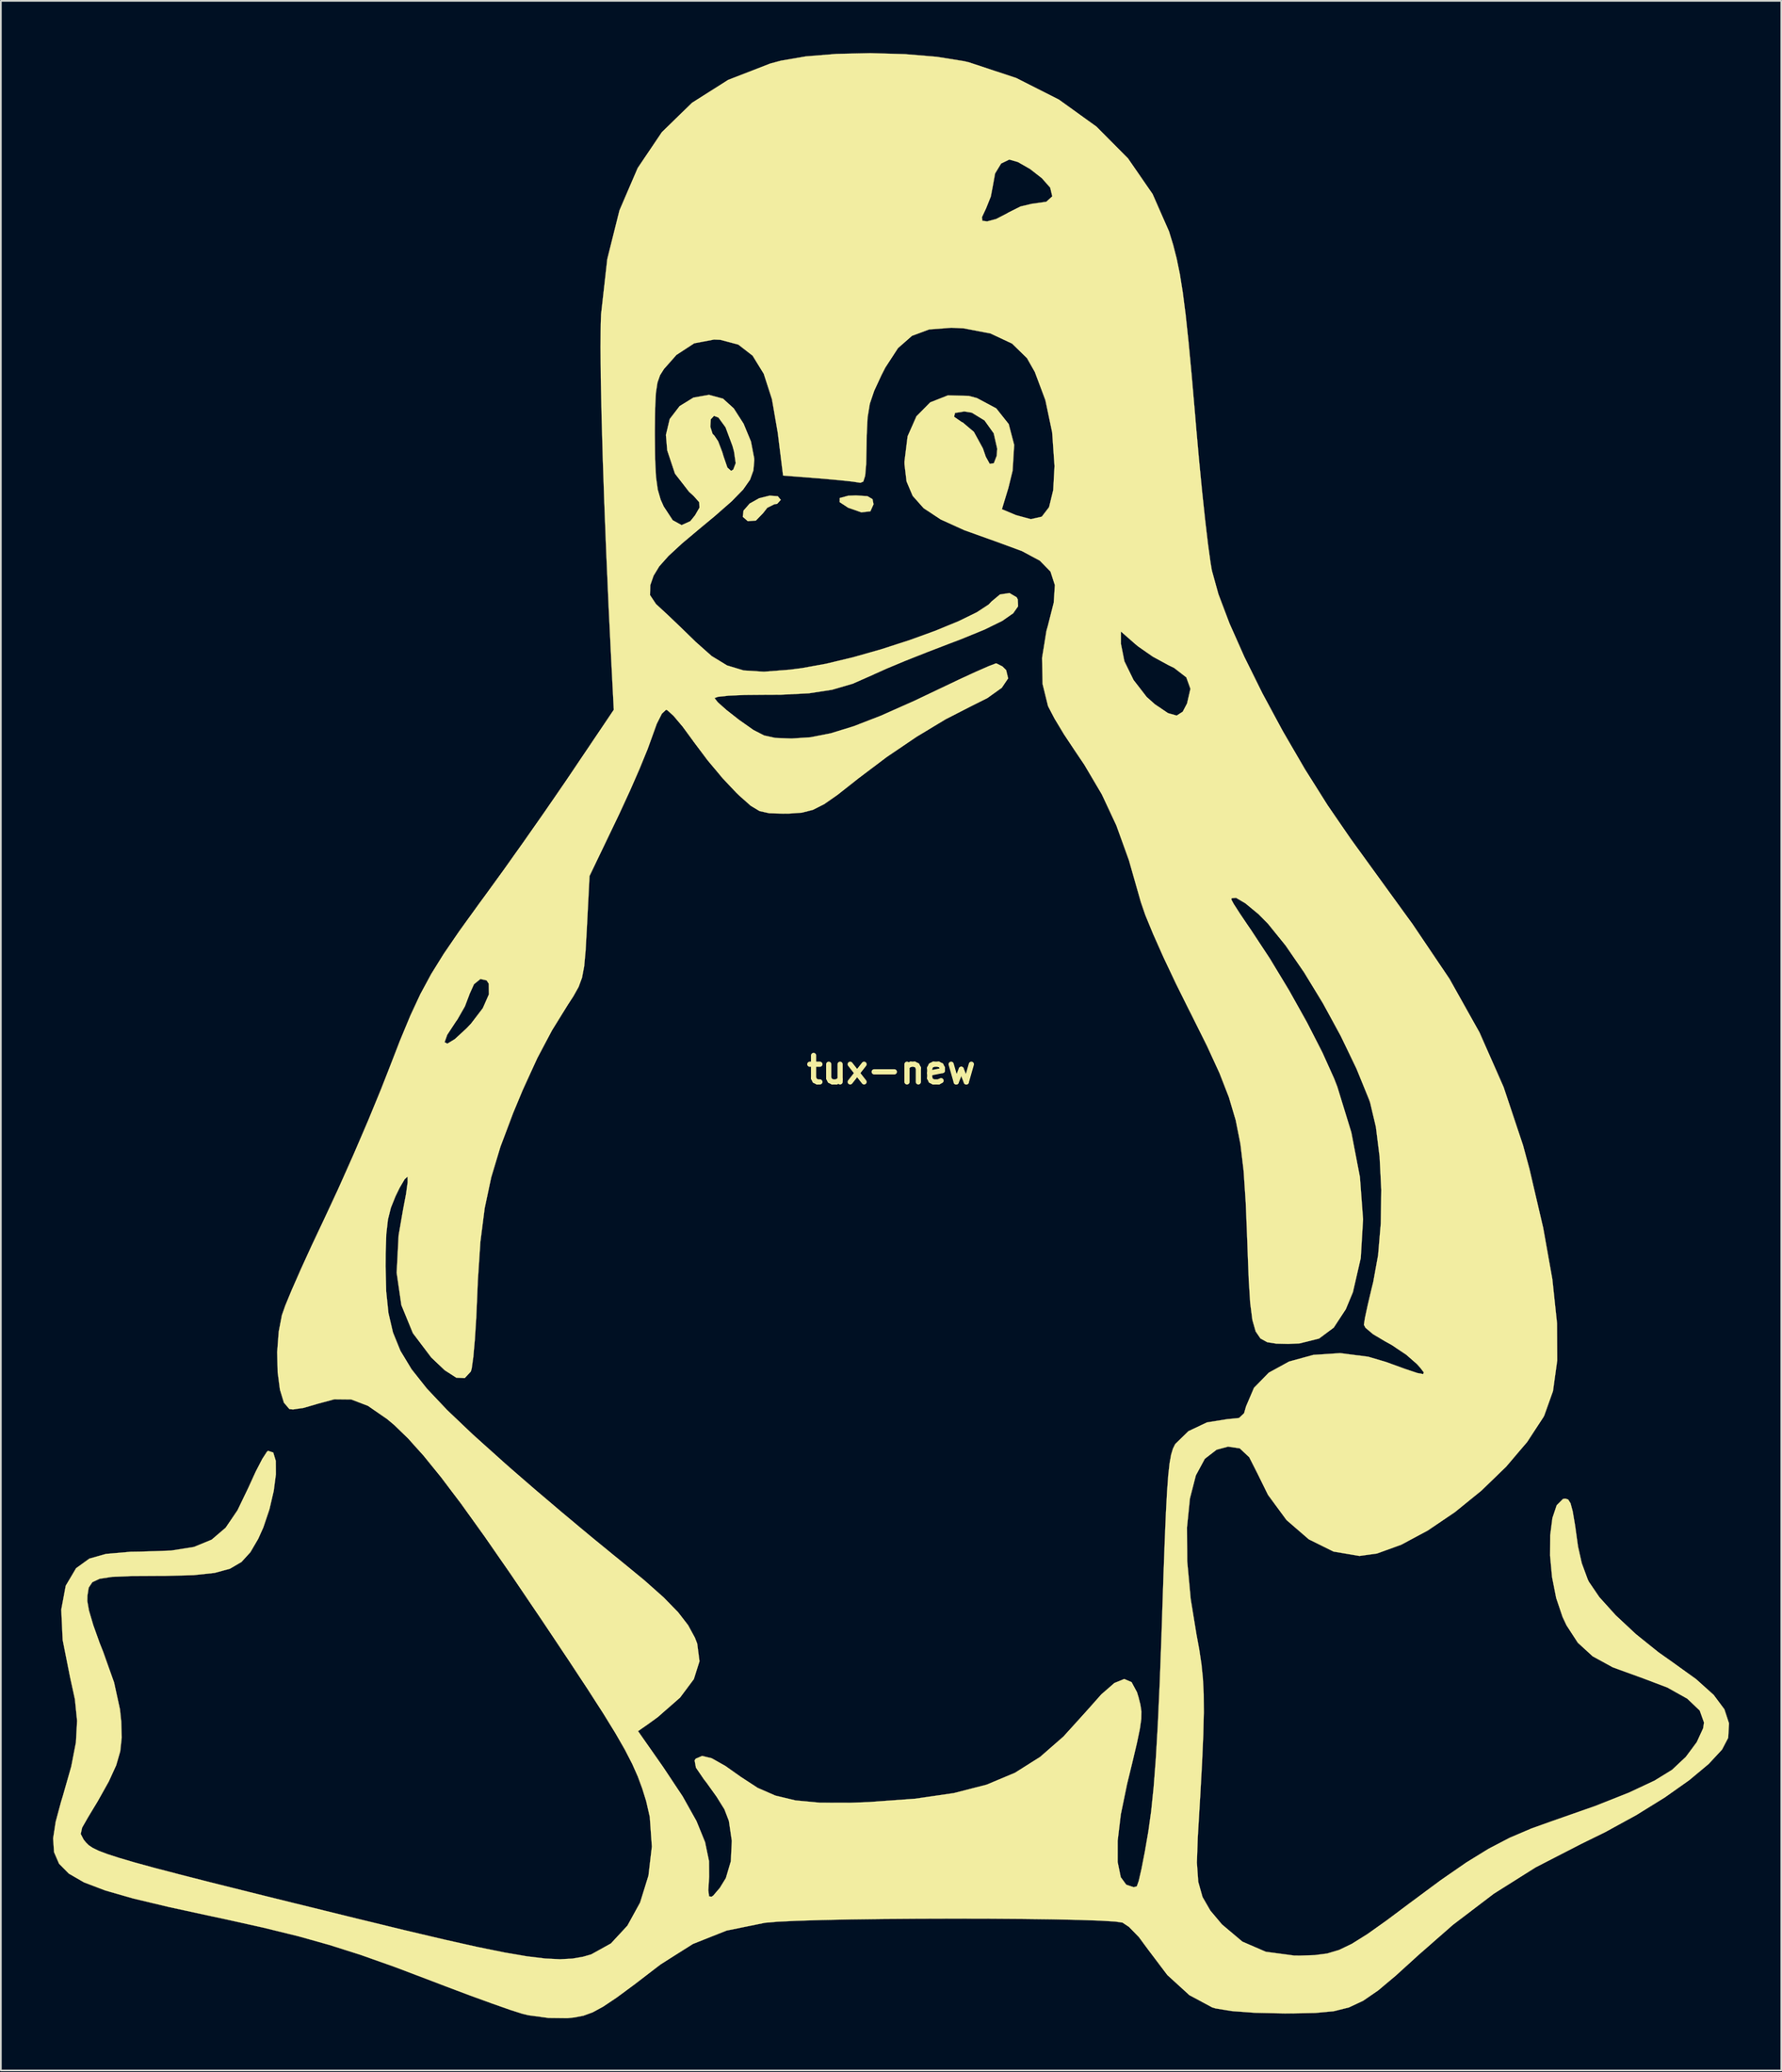
<source format=kicad_pcb>
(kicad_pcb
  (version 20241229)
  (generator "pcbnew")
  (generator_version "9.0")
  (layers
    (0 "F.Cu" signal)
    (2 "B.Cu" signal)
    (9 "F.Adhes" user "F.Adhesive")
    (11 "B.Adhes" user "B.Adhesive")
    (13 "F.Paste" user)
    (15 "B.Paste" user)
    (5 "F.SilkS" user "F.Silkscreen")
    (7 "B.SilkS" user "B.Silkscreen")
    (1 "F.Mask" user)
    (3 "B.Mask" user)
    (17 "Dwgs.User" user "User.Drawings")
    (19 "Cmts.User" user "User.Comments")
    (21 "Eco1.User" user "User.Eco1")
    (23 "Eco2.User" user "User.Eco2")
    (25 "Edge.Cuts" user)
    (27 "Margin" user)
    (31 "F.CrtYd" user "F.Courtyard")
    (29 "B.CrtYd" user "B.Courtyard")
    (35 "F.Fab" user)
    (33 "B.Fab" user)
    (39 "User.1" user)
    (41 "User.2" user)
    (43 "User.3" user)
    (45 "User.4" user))
  (footprint "tux-new"
    (layer "F.Cu")
    (at 48.194 58.445)
    (property "Reference" "tux-new" (at 0 0 0) (layer "F.SilkS") (effects (font (size 1.524 1.524) (thickness 0.3))))
    (attr through_hole)
    (fp_poly (pts (xy -1.367 -32.977) (xy -1.074 -32.805) (xy -1.016 -32.512) (xy -1.197 -32.106) (xy -1.715 -32.047) (xy -2.477 -32.314) (xy -2.963 -32.634) (xy -2.959 -32.87) (xy -2.478 -33.001) (xy -2.032 -33.02) (xy -1.367 -32.977)) (stroke (width 0.01) (type solid)) (fill yes) (layer "F.SilkS"))
    (fp_poly (pts (xy -6.523 -32.975) (xy -6.35 -32.766) (xy -6.555 -32.539) (xy -6.722 -32.512) (xy -7.126 -32.31) (xy -7.366 -32.004) (xy -7.779 -31.576) (xy -8.248 -31.542) (xy -8.534 -31.791) (xy -8.492 -32.148) (xy -8.14 -32.553) (xy -7.59 -32.86) (xy -6.994 -33.007) (xy -6.523 -32.975)) (stroke (width 0.01) (type solid)) (fill yes) (layer "F.SilkS"))
    (fp_poly (pts (xy 0.776 -58.384) (xy 2.621 -58.231) (xy 4.179 -57.981) (xy 4.468 -57.913) (xy 7.185 -57.014) (xy 9.645 -55.769) (xy 11.803 -54.216) (xy 13.613 -52.395) (xy 15.028 -50.345) (xy 15.972 -48.201) (xy 16.21 -47.426) (xy 16.415 -46.628) (xy 16.597 -45.74) (xy 16.764 -44.694) (xy 16.927 -43.425) (xy 17.093 -41.865) (xy 17.274 -39.948) (xy 17.477 -37.608) (xy 17.531 -36.957) (xy 17.697 -35.088) (xy 17.873 -33.274) (xy 18.05 -31.614) (xy 18.217 -30.204) (xy 18.364 -29.143) (xy 18.439 -28.702) (xy 18.815 -27.343) (xy 19.454 -25.659) (xy 20.312 -23.73) (xy 21.348 -21.639) (xy 22.519 -19.468) (xy 23.783 -17.296) (xy 25.099 -15.206) (xy 26.423 -13.28) (xy 26.44 -13.257) (xy 27.385 -11.953) (xy 28.455 -10.478) (xy 29.484 -9.06) (xy 29.977 -8.382) (xy 32.102 -5.233) (xy 33.826 -2.155) (xy 35.214 0.989) (xy 36.33 4.332) (xy 36.701 5.704) (xy 37.487 9.072) (xy 38.014 12.019) (xy 38.283 14.556) (xy 38.295 16.7) (xy 38.051 18.463) (xy 37.551 19.86) (xy 37.499 19.959) (xy 36.566 21.385) (xy 35.351 22.812) (xy 33.937 24.179) (xy 32.405 25.422) (xy 30.838 26.481) (xy 29.318 27.293) (xy 27.928 27.796) (xy 26.924 27.934) (xy 25.428 27.682) (xy 24.008 26.977) (xy 22.73 25.872) (xy 21.663 24.422) (xy 21.079 23.234) (xy 20.586 22.262) (xy 20.042 21.75) (xy 19.369 21.651) (xy 18.711 21.828) (xy 18.032 22.35) (xy 17.518 23.302) (xy 17.174 24.635) (xy 17.006 26.298) (xy 17.019 28.238) (xy 17.22 30.406) (xy 17.551 32.436) (xy 17.714 33.323) (xy 17.837 34.145) (xy 17.922 34.974) (xy 17.967 35.881) (xy 17.974 36.938) (xy 17.943 38.215) (xy 17.875 39.785) (xy 17.769 41.718) (xy 17.628 44.086) (xy 17.627 44.091) (xy 17.576 45.559) (xy 17.654 46.663) (xy 17.9 47.538) (xy 18.351 48.318) (xy 19.015 49.109) (xy 20.19 50.1) (xy 21.538 50.684) (xy 23.162 50.901) (xy 23.495 50.905) (xy 24.34 50.879) (xy 25.063 50.785) (xy 25.751 50.58) (xy 26.492 50.224) (xy 27.371 49.674) (xy 28.476 48.89) (xy 29.845 47.866) (xy 31.589 46.574) (xy 33.055 45.56) (xy 34.345 44.765) (xy 35.562 44.131) (xy 36.806 43.6) (xy 38.067 43.149) (xy 40.468 42.309) (xy 42.417 41.537) (xy 43.897 40.842) (xy 44.893 40.229) (xy 44.898 40.225) (xy 45.687 39.485) (xy 46.318 38.638) (xy 46.684 37.84) (xy 46.735 37.509) (xy 46.489 36.82) (xy 45.773 36.139) (xy 44.625 35.495) (xy 43.083 34.913) (xy 43.054 34.904) (xy 41.49 34.336) (xy 40.333 33.702) (xy 39.479 32.922) (xy 38.827 31.918) (xy 38.6 31.434) (xy 38.236 30.354) (xy 37.998 29.146) (xy 37.884 27.911) (xy 37.892 26.745) (xy 38.02 25.749) (xy 38.264 25.021) (xy 38.624 24.66) (xy 38.754 24.638) (xy 38.925 24.691) (xy 39.061 24.906) (xy 39.185 25.37) (xy 39.32 26.167) (xy 39.489 27.383) (xy 39.49 27.392) (xy 39.707 28.35) (xy 40.052 29.287) (xy 40.119 29.424) (xy 40.721 30.306) (xy 41.656 31.341) (xy 42.82 32.427) (xy 44.106 33.461) (xy 44.831 33.973) (xy 46.277 35.011) (xy 47.289 35.919) (xy 47.908 36.749) (xy 48.173 37.555) (xy 48.126 38.387) (xy 47.772 39.062) (xy 47.008 39.886) (xy 45.894 40.816) (xy 44.49 41.809) (xy 42.855 42.822) (xy 41.049 43.811) (xy 39.673 44.486) (xy 37.058 45.831) (xy 34.65 47.347) (xy 32.298 49.136) (xy 30.304 50.883) (xy 29.025 52.045) (xy 28.007 52.901) (xy 27.14 53.498) (xy 26.319 53.883) (xy 25.437 54.102) (xy 24.386 54.2) (xy 23.059 54.226) (xy 22.606 54.227) (xy 20.927 54.192) (xy 19.582 54.093) (xy 18.646 53.939) (xy 18.457 53.882) (xy 17.143 53.177) (xy 15.878 52.023) (xy 14.8 50.597) (xy 14.241 49.84) (xy 13.671 49.254) (xy 13.303 49.01) (xy 12.885 48.948) (xy 12.029 48.896) (xy 10.803 48.854) (xy 9.277 48.821) (xy 7.52 48.798) (xy 5.601 48.784) (xy 3.589 48.78) (xy 1.554 48.786) (xy -0.436 48.801) (xy -2.31 48.826) (xy -4 48.86) (xy -5.437 48.904) (xy -6.551 48.957) (xy -7.26 49.018) (xy -9.465 49.466) (xy -11.401 50.235) (xy -13.24 51.397) (xy -13.462 51.565) (xy -14.784 52.579) (xy -15.79 53.32) (xy -16.557 53.834) (xy -17.166 54.165) (xy -17.696 54.359) (xy -18.225 54.461) (xy -18.616 54.501) (xy -19.703 54.489) (xy -20.851 54.334) (xy -21.209 54.248) (xy -21.882 54.033) (xy -22.915 53.672) (xy -24.192 53.207) (xy -25.602 52.678) (xy -26.456 52.35) (xy -28.617 51.532) (xy -30.516 50.861) (xy -32.299 50.294) (xy -34.112 49.787) (xy -36.1 49.299) (xy -38.409 48.786) (xy -39.041 48.652) (xy -41.54 48.11) (xy -43.577 47.624) (xy -45.188 47.163) (xy -46.412 46.696) (xy -47.286 46.193) (xy -47.848 45.624) (xy -48.137 44.958) (xy -48.189 44.165) (xy -48.043 43.214) (xy -47.736 42.075) (xy -47.631 41.731) (xy -47.148 40.038) (xy -46.878 38.649) (xy -46.811 37.41) (xy -46.937 36.169) (xy -47.219 34.883) (xy -47.639 32.768) (xy -47.721 31.02) (xy -47.464 29.643) (xy -46.869 28.639) (xy -46.106 28.087) (xy -45.151 27.818) (xy -43.729 27.694) (xy -43.142 27.685) (xy -41.413 27.626) (xy -40.089 27.416) (xy -39.073 26.997) (xy -38.27 26.312) (xy -37.586 25.306) (xy -36.961 24.006) (xy -36.538 23.082) (xy -36.163 22.357) (xy -35.895 21.944) (xy -35.831 21.892) (xy -35.532 21.99) (xy -35.386 22.472) (xy -35.38 23.242) (xy -35.505 24.2) (xy -35.75 25.252) (xy -36.104 26.298) (xy -36.397 26.951) (xy -36.847 27.719) (xy -37.36 28.281) (xy -38.019 28.667) (xy -38.909 28.909) (xy -40.114 29.037) (xy -41.718 29.081) (xy -42.236 29.083) (xy -43.738 29.092) (xy -44.806 29.137) (xy -45.513 29.245) (xy -45.935 29.443) (xy -46.145 29.757) (xy -46.217 30.214) (xy -46.224 30.529) (xy -46.131 31.062) (xy -45.879 31.914) (xy -45.513 32.939) (xy -45.31 33.45) (xy -44.685 35.202) (xy -44.346 36.753) (xy -44.272 37.465) (xy -44.246 38.367) (xy -44.331 39.164) (xy -44.564 39.968) (xy -44.985 40.892) (xy -45.634 42.049) (xy -46.182 42.955) (xy -46.523 43.551) (xy -46.602 43.914) (xy -46.434 44.239) (xy -46.296 44.408) (xy -46.143 44.559) (xy -45.915 44.711) (xy -45.576 44.876) (xy -45.088 45.063) (xy -44.413 45.282) (xy -43.514 45.546) (xy -42.352 45.864) (xy -40.891 46.246) (xy -39.093 46.704) (xy -36.919 47.248) (xy -34.333 47.888) (xy -31.297 48.635) (xy -30.773 48.764) (xy -28.023 49.433) (xy -25.714 49.978) (xy -23.796 50.407) (xy -22.219 50.727) (xy -20.934 50.947) (xy -19.891 51.073) (xy -19.04 51.114) (xy -18.331 51.077) (xy -17.714 50.969) (xy -17.25 50.836) (xy -16.115 50.205) (xy -15.167 49.181) (xy -14.437 47.851) (xy -13.958 46.307) (xy -13.762 44.637) (xy -13.882 42.932) (xy -14.088 42.03) (xy -14.313 41.307) (xy -14.571 40.61) (xy -14.894 39.883) (xy -15.313 39.07) (xy -15.86 38.118) (xy -16.567 36.971) (xy -17.466 35.574) (xy -18.587 33.873) (xy -19.963 31.812) (xy -20.066 31.659) (xy -21.845 29.03) (xy -23.39 26.802) (xy -24.729 24.937) (xy -25.89 23.402) (xy -26.9 22.159) (xy -27.787 21.173) (xy -28.578 20.408) (xy -28.988 20.065) (xy -30.088 19.307) (xy -31.05 18.939) (xy -32.017 18.929) (xy -32.998 19.194) (xy -33.776 19.422) (xy -34.397 19.514) (xy -34.604 19.492) (xy -34.919 19.125) (xy -35.148 18.376) (xy -35.28 17.366) (xy -35.307 16.216) (xy -35.218 15.046) (xy -35.036 14.097) (xy -34.843 13.549) (xy -34.466 12.637) (xy -33.945 11.453) (xy -33.876 11.303) (xy -29.073 11.303) (xy -29.038 12.729) (xy -28.909 13.971) (xy -28.649 15.09) (xy -28.218 16.146) (xy -27.581 17.201) (xy -26.7 18.313) (xy -25.536 19.545) (xy -24.052 20.957) (xy -22.211 22.608) (xy -21.851 22.926) (xy -20.473 24.119) (xy -18.923 25.435) (xy -17.371 26.731) (xy -15.987 27.864) (xy -15.708 28.089) (xy -14.213 29.315) (xy -13.081 30.32) (xy -12.256 31.166) (xy -11.677 31.915) (xy -11.289 32.628) (xy -11.155 32.972) (xy -11.024 33.987) (xy -11.348 35.015) (xy -12.142 36.077) (xy -13.419 37.195) (xy -13.987 37.607) (xy -14.557 38.004) (xy -13.12 40.055) (xy -11.993 41.751) (xy -11.198 43.169) (xy -10.702 44.385) (xy -10.475 45.477) (xy -10.469 46.374) (xy -10.515 47.147) (xy -10.473 47.5) (xy -10.325 47.519) (xy -10.227 47.448) (xy -9.855 47.013) (xy -9.508 46.45) (xy -9.222 45.485) (xy -9.165 44.31) (xy -9.333 43.166) (xy -9.589 42.498) (xy -10.042 41.772) (xy -10.617 40.968) (xy -10.771 40.772) (xy -11.228 40.102) (xy -11.304 39.686) (xy -11.241 39.587) (xy -10.873 39.428) (xy -10.323 39.561) (xy -9.527 40.009) (xy -8.646 40.633) (xy -7.678 41.263) (xy -6.663 41.707) (xy -5.502 41.985) (xy -4.093 42.116) (xy -2.338 42.12) (xy -1.27 42.079) (xy 1.376 41.887) (xy 3.604 41.564) (xy 5.49 41.078) (xy 7.116 40.396) (xy 8.56 39.486) (xy 9.902 38.315) (xy 11.12 36.971) (xy 12.084 35.888) (xy 12.831 35.237) (xy 13.399 35.006) (xy 13.821 35.187) (xy 14.133 35.768) (xy 14.221 36.058) (xy 14.328 36.483) (xy 14.385 36.866) (xy 14.379 37.299) (xy 14.297 37.874) (xy 14.129 38.684) (xy 13.861 39.819) (xy 13.559 41.059) (xy 13.201 42.792) (xy 13.021 44.302) (xy 13.02 45.525) (xy 13.198 46.397) (xy 13.513 46.828) (xy 13.943 46.974) (xy 14.123 46.922) (xy 14.231 46.615) (xy 14.393 45.911) (xy 14.587 44.915) (xy 14.787 43.756) (xy 14.946 42.619) (xy 15.088 41.243) (xy 15.216 39.579) (xy 15.332 37.573) (xy 15.442 35.176) (xy 15.547 32.336) (xy 15.575 31.484) (xy 15.656 29.034) (xy 15.729 27.041) (xy 15.796 25.452) (xy 15.862 24.217) (xy 15.931 23.283) (xy 16.007 22.599) (xy 16.094 22.114) (xy 16.195 21.775) (xy 16.315 21.532) (xy 16.339 21.493) (xy 17.091 20.761) (xy 18.156 20.258) (xy 19.36 20.066) (xy 19.391 20.066) (xy 20 20.004) (xy 20.29 19.731) (xy 20.402 19.339) (xy 20.859 18.268) (xy 21.711 17.4) (xy 22.875 16.761) (xy 24.271 16.379) (xy 25.816 16.277) (xy 27.429 16.484) (xy 28.448 16.784) (xy 29.557 17.187) (xy 30.249 17.419) (xy 30.585 17.483) (xy 30.624 17.385) (xy 30.427 17.127) (xy 30.226 16.903) (xy 29.613 16.369) (xy 28.786 15.814) (xy 28.384 15.592) (xy 27.708 15.19) (xy 27.27 14.821) (xy 27.178 14.649) (xy 27.237 14.264) (xy 27.396 13.525) (xy 27.623 12.567) (xy 27.714 12.202) (xy 27.996 10.645) (xy 28.15 8.827) (xy 28.178 6.894) (xy 28.083 4.995) (xy 27.869 3.275) (xy 27.539 1.883) (xy 27.483 1.721) (xy 26.756 -0.064) (xy 25.85 -1.947) (xy 24.827 -3.824) (xy 23.748 -5.594) (xy 22.675 -7.153) (xy 21.668 -8.397) (xy 21.113 -8.959) (xy 20.361 -9.578) (xy 19.83 -9.89) (xy 19.573 -9.868) (xy 19.558 -9.791) (xy 19.692 -9.543) (xy 20.049 -8.989) (xy 20.555 -8.24) (xy 20.668 -8.077) (xy 21.774 -6.398) (xy 22.877 -4.575) (xy 23.907 -2.733) (xy 24.795 -0.998) (xy 25.471 0.504) (xy 25.655 0.978) (xy 26.457 3.592) (xy 26.95 6.153) (xy 27.131 8.586) (xy 26.998 10.817) (xy 26.548 12.772) (xy 26.138 13.755) (xy 25.446 14.81) (xy 24.599 15.441) (xy 23.48 15.719) (xy 22.832 15.748) (xy 22.145 15.733) (xy 21.619 15.649) (xy 21.23 15.434) (xy 20.954 15.027) (xy 20.766 14.369) (xy 20.642 13.398) (xy 20.557 12.053) (xy 20.489 10.274) (xy 20.474 9.836) (xy 20.385 7.622) (xy 20.264 5.803) (xy 20.081 4.263) (xy 19.808 2.89) (xy 19.416 1.569) (xy 18.876 0.185) (xy 18.16 -1.374) (xy 17.238 -3.223) (xy 17.112 -3.469) (xy 16.358 -4.987) (xy 15.659 -6.466) (xy 15.062 -7.805) (xy 14.61 -8.903) (xy 14.35 -9.659) (xy 14.341 -9.692) (xy 13.667 -12.056) (xy 12.943 -14.058) (xy 12.108 -15.841) (xy 11.097 -17.552) (xy 10.545 -18.369) (xy 9.931 -19.295) (xy 9.391 -20.191) (xy 9.034 -20.876) (xy 9.014 -20.923) (xy 8.703 -22.184) (xy 8.674 -23.683) (xy 8.805 -24.491) (xy 13.208 -24.491) (xy 13.407 -23.49) (xy 13.935 -22.411) (xy 14.687 -21.44) (xy 15.159 -21.018) (xy 15.913 -20.509) (xy 16.414 -20.366) (xy 16.762 -20.59) (xy 17.01 -21.063) (xy 17.204 -21.906) (xy 16.968 -22.563) (xy 16.269 -23.105) (xy 15.935 -23.268) (xy 15.046 -23.751) (xy 14.195 -24.342) (xy 14.036 -24.474) (xy 13.208 -25.199) (xy 13.208 -24.491) (xy 8.805 -24.491) (xy 8.926 -25.237) (xy 9.014 -25.55) (xy 9.346 -26.86) (xy 9.41 -27.866) (xy 9.158 -28.645) (xy 8.545 -29.27) (xy 7.522 -29.818) (xy 6.045 -30.363) (xy 6.019 -30.372) (xy 4.205 -31.02) (xy 2.839 -31.642) (xy 1.867 -32.284) (xy 1.233 -32.995) (xy 0.883 -33.822) (xy 0.764 -34.812) (xy 0.762 -34.961) (xy 0.943 -36.42) (xy 1.439 -37.541) (xy 3.615 -37.541) (xy 4.046 -37.242) (xy 4.121 -37.208) (xy 4.752 -36.674) (xy 5.274 -35.721) (xy 5.439 -35.242) (xy 5.665 -34.834) (xy 5.9 -34.87) (xy 6.065 -35.294) (xy 6.096 -35.699) (xy 5.893 -36.591) (xy 5.365 -37.33) (xy 4.635 -37.776) (xy 4.203 -37.846) (xy 3.67 -37.761) (xy 3.615 -37.541) (xy 1.439 -37.541) (xy 1.452 -37.57) (xy 2.241 -38.368) (xy 3.263 -38.772) (xy 4.467 -38.74) (xy 4.928 -38.616) (xy 6.039 -38.025) (xy 6.755 -37.122) (xy 7.07 -35.924) (xy 6.98 -34.444) (xy 6.736 -33.449) (xy 6.365 -32.227) (xy 7.17 -31.889) (xy 8.027 -31.656) (xy 8.656 -31.798) (xy 9.077 -32.345) (xy 9.315 -33.324) (xy 9.39 -34.708) (xy 9.256 -36.641) (xy 8.865 -38.496) (xy 8.258 -40.116) (xy 7.806 -40.911) (xy 6.949 -41.747) (xy 5.709 -42.328) (xy 4.16 -42.625) (xy 3.459 -42.658) (xy 2.184 -42.561) (xy 1.196 -42.194) (xy 0.39 -41.488) (xy -0.338 -40.369) (xy -0.563 -39.931) (xy -0.977 -39.036) (xy -1.229 -38.291) (xy -1.359 -37.502) (xy -1.409 -36.478) (xy -1.416 -35.946) (xy -1.44 -34.835) (xy -1.499 -34.152) (xy -1.606 -33.815) (xy -1.775 -33.744) (xy -1.797 -33.749) (xy -2.211 -33.813) (xy -2.981 -33.896) (xy -3.958 -33.985) (xy -4.189 -34.003) (xy -6.218 -34.163) (xy -6.523 -36.621) (xy -6.856 -38.548) (xy -7.331 -40.014) (xy -7.969 -41.051) (xy -8.792 -41.69) (xy -9.823 -41.964) (xy -10.188 -41.979) (xy -11.328 -41.763) (xy -12.351 -41.094) (xy -13.065 -40.288) (xy -13.29 -39.931) (xy -13.44 -39.507) (xy -13.531 -38.911) (xy -13.575 -38.038) (xy -13.589 -36.781) (xy -13.589 -36.493) (xy -13.576 -35.096) (xy -13.525 -34.089) (xy -13.424 -33.357) (xy -13.258 -32.783) (xy -13.081 -32.385) (xy -12.563 -31.595) (xy -12.053 -31.314) (xy -11.551 -31.54) (xy -11.281 -31.875) (xy -11.026 -32.317) (xy -11.04 -32.629) (xy -11.372 -33.001) (xy -11.62 -33.224) (xy -12.433 -34.271) (xy -12.879 -35.608) (xy -12.954 -36.498) (xy -12.842 -36.966) (xy -10.4 -36.966) (xy -10.271 -36.56) (xy -10.167 -36.453) (xy -9.951 -36.13) (xy -9.712 -35.507) (xy -9.64 -35.263) (xy -9.418 -34.619) (xy -9.205 -34.432) (xy -9.083 -34.504) (xy -8.942 -34.874) (xy -9.038 -35.544) (xy -9.128 -35.869) (xy -9.526 -36.937) (xy -9.936 -37.498) (xy -10.191 -37.592) (xy -10.375 -37.394) (xy -10.4 -36.966) (xy -12.842 -36.966) (xy -12.736 -37.412) (xy -12.166 -38.154) (xy -11.37 -38.644) (xy -10.476 -38.801) (xy -9.67 -38.581) (xy -9.054 -38.023) (xy -8.488 -37.142) (xy -8.065 -36.12) (xy -7.876 -35.139) (xy -7.874 -35.032) (xy -7.925 -34.457) (xy -8.118 -33.924) (xy -8.512 -33.36) (xy -9.166 -32.689) (xy -10.138 -31.837) (xy -10.857 -31.242) (xy -12.003 -30.281) (xy -12.807 -29.54) (xy -13.338 -28.941) (xy -13.664 -28.407) (xy -13.854 -27.861) (xy -13.869 -27.292) (xy -13.527 -26.78) (xy -13.357 -26.622) (xy -12.853 -26.157) (xy -12.134 -25.471) (xy -11.343 -24.703) (xy -11.238 -24.599) (xy -10.321 -23.787) (xy -9.442 -23.251) (xy -8.482 -22.961) (xy -7.322 -22.888) (xy -5.842 -23.003) (xy -5.126 -23.096) (xy -3.749 -23.345) (xy -2.204 -23.715) (xy -0.581 -24.176) (xy 1.032 -24.696) (xy 2.545 -25.245) (xy 3.87 -25.791) (xy 4.919 -26.302) (xy 5.602 -26.749) (xy 5.771 -26.927) (xy 6.251 -27.325) (xy 6.796 -27.41) (xy 7.212 -27.167) (xy 7.278 -27.042) (xy 7.296 -26.647) (xy 7.013 -26.246) (xy 6.386 -25.81) (xy 5.369 -25.31) (xy 3.92 -24.719) (xy 3.351 -24.504) (xy 2.041 -24.002) (xy 0.794 -23.506) (xy -0.255 -23.07) (xy -0.973 -22.747) (xy -1.02 -22.723) (xy -2.211 -22.199) (xy -3.401 -21.85) (xy -4.733 -21.647) (xy -6.354 -21.565) (xy -7.288 -21.561) (xy -8.427 -21.551) (xy -9.353 -21.511) (xy -9.963 -21.446) (xy -10.16 -21.373) (xy -9.97 -21.13) (xy -9.472 -20.688) (xy -8.77 -20.138) (xy -8.731 -20.109) (xy -7.924 -19.54) (xy -7.303 -19.222) (xy -6.663 -19.083) (xy -5.797 -19.05) (xy -5.698 -19.05) (xy -4.642 -19.12) (xy -3.484 -19.347) (xy -2.154 -19.755) (xy -0.579 -20.367) (xy 1.31 -21.207) (xy 2.71 -21.872) (xy 3.864 -22.422) (xy 4.86 -22.881) (xy 5.605 -23.208) (xy 6.009 -23.362) (xy 6.045 -23.368) (xy 6.393 -23.193) (xy 6.608 -22.982) (xy 6.723 -22.506) (xy 6.358 -21.964) (xy 5.533 -21.375) (xy 4.591 -20.902) (xy 3.141 -20.161) (xy 1.475 -19.157) (xy -0.261 -17.982) (xy -1.92 -16.731) (xy -2.032 -16.641) (xy -3.076 -15.818) (xy -3.859 -15.272) (xy -4.507 -14.947) (xy -5.14 -14.786) (xy -5.884 -14.735) (xy -6.225 -14.732) (xy -7.014 -14.755) (xy -7.572 -14.879) (xy -8.08 -15.184) (xy -8.719 -15.752) (xy -8.914 -15.938) (xy -9.693 -16.764) (xy -10.564 -17.805) (xy -11.347 -18.847) (xy -11.4 -18.923) (xy -11.995 -19.733) (xy -12.515 -20.35) (xy -12.874 -20.674) (xy -12.947 -20.701) (xy -13.184 -20.478) (xy -13.479 -19.897) (xy -13.722 -19.224) (xy -14.006 -18.439) (xy -14.458 -17.334) (xy -15.021 -16.046) (xy -15.638 -14.709) (xy -15.763 -14.446) (xy -17.347 -11.146) (xy -17.5 -8.154) (xy -17.572 -6.866) (xy -17.654 -5.957) (xy -17.778 -5.301) (xy -17.974 -4.77) (xy -18.274 -4.236) (xy -18.579 -3.767) (xy -19.498 -2.285) (xy -20.345 -0.687) (xy -21.195 1.17) (xy -21.744 2.491) (xy -22.467 4.409) (xy -23 6.176) (xy -23.375 7.945) (xy -23.621 9.87) (xy -23.769 12.101) (xy -23.798 12.827) (xy -23.861 14.242) (xy -23.941 15.5) (xy -24.03 16.504) (xy -24.121 17.156) (xy -24.171 17.335) (xy -24.52 17.71) (xy -25.006 17.69) (xy -25.673 17.261) (xy -26.448 16.526) (xy -27.505 15.127) (xy -28.165 13.517) (xy -28.436 11.656) (xy -28.324 9.509) (xy -28.066 8.019) (xy -27.898 7.135) (xy -27.806 6.465) (xy -27.809 6.144) (xy -27.814 6.138) (xy -27.974 6.278) (xy -28.262 6.768) (xy -28.504 7.263) (xy -28.769 7.923) (xy -28.938 8.6) (xy -29.032 9.433) (xy -29.069 10.562) (xy -29.073 11.303) (xy -33.876 11.303) (xy -33.321 10.088) (xy -32.635 8.636) (xy -31.813 6.873) (xy -30.933 4.901) (xy -30.075 2.905) (xy -29.319 1.068) (xy -28.951 0.13) (xy -28.282 -1.592) (xy -25.68 -1.592) (xy -25.52 -1.511) (xy -25.087 -1.775) (xy -24.418 -2.391) (xy -24.162 -2.661) (xy -23.483 -3.548) (xy -23.133 -4.344) (xy -23.142 -4.959) (xy -23.266 -5.147) (xy -23.621 -5.226) (xy -23.992 -4.925) (xy -24.25 -4.35) (xy -24.255 -4.328) (xy -24.512 -3.652) (xy -24.943 -2.901) (xy -25.032 -2.776) (xy -25.53 -2.016) (xy -25.68 -1.592) (xy -28.282 -1.592) (xy -28.255 -1.663) (xy -27.65 -3.121) (xy -27.071 -4.363) (xy -26.454 -5.505) (xy -25.735 -6.665) (xy -24.849 -7.96) (xy -23.732 -9.507) (xy -23.395 -9.966) (xy -22.329 -11.434) (xy -21.114 -13.143) (xy -19.878 -14.909) (xy -18.75 -16.549) (xy -18.433 -17.018) (xy -15.951 -20.701) (xy -16.101 -23.622) (xy -16.252 -26.708) (xy -16.384 -29.712) (xy -16.497 -32.577) (xy -16.588 -35.248) (xy -16.655 -37.669) (xy -16.698 -39.784) (xy -16.714 -41.536) (xy -16.702 -42.87) (xy -16.682 -43.434) (xy -16.326 -46.603) (xy -15.724 -49.009) (xy 5.217 -49.009) (xy 5.242 -48.805) (xy 5.518 -48.77) (xy 6.028 -48.906) (xy 6.669 -49.236) (xy 6.731 -49.276) (xy 7.433 -49.626) (xy 8.096 -49.785) (xy 8.128 -49.786) (xy 8.918 -49.899) (xy 9.262 -50.211) (xy 9.143 -50.707) (xy 9.135 -50.72) (xy 8.662 -51.253) (xy 7.982 -51.784) (xy 7.283 -52.183) (xy 6.788 -52.324) (xy 6.321 -52.097) (xy 5.972 -51.525) (xy 5.842 -50.804) (xy 5.726 -50.198) (xy 5.454 -49.517) (xy 5.217 -49.009) (xy -15.724 -49.009) (xy -15.625 -49.405) (xy -14.578 -51.837) (xy -13.187 -53.899) (xy -11.453 -55.588) (xy -9.378 -56.902) (xy -6.963 -57.84) (xy -6.334 -58.009) (xy -4.91 -58.254) (xy -3.146 -58.397) (xy -1.198 -58.44) (xy 0.776 -58.384)) (stroke (width 0.01) (type solid)) (fill yes) (layer "F.SilkS")))
  (gr_rect
    (start -3 -3)
    (end 99.372 115.95)
    (stroke (width 0.1) (type default))
    (fill no)
    (layer "Edge.Cuts")))
</source>
